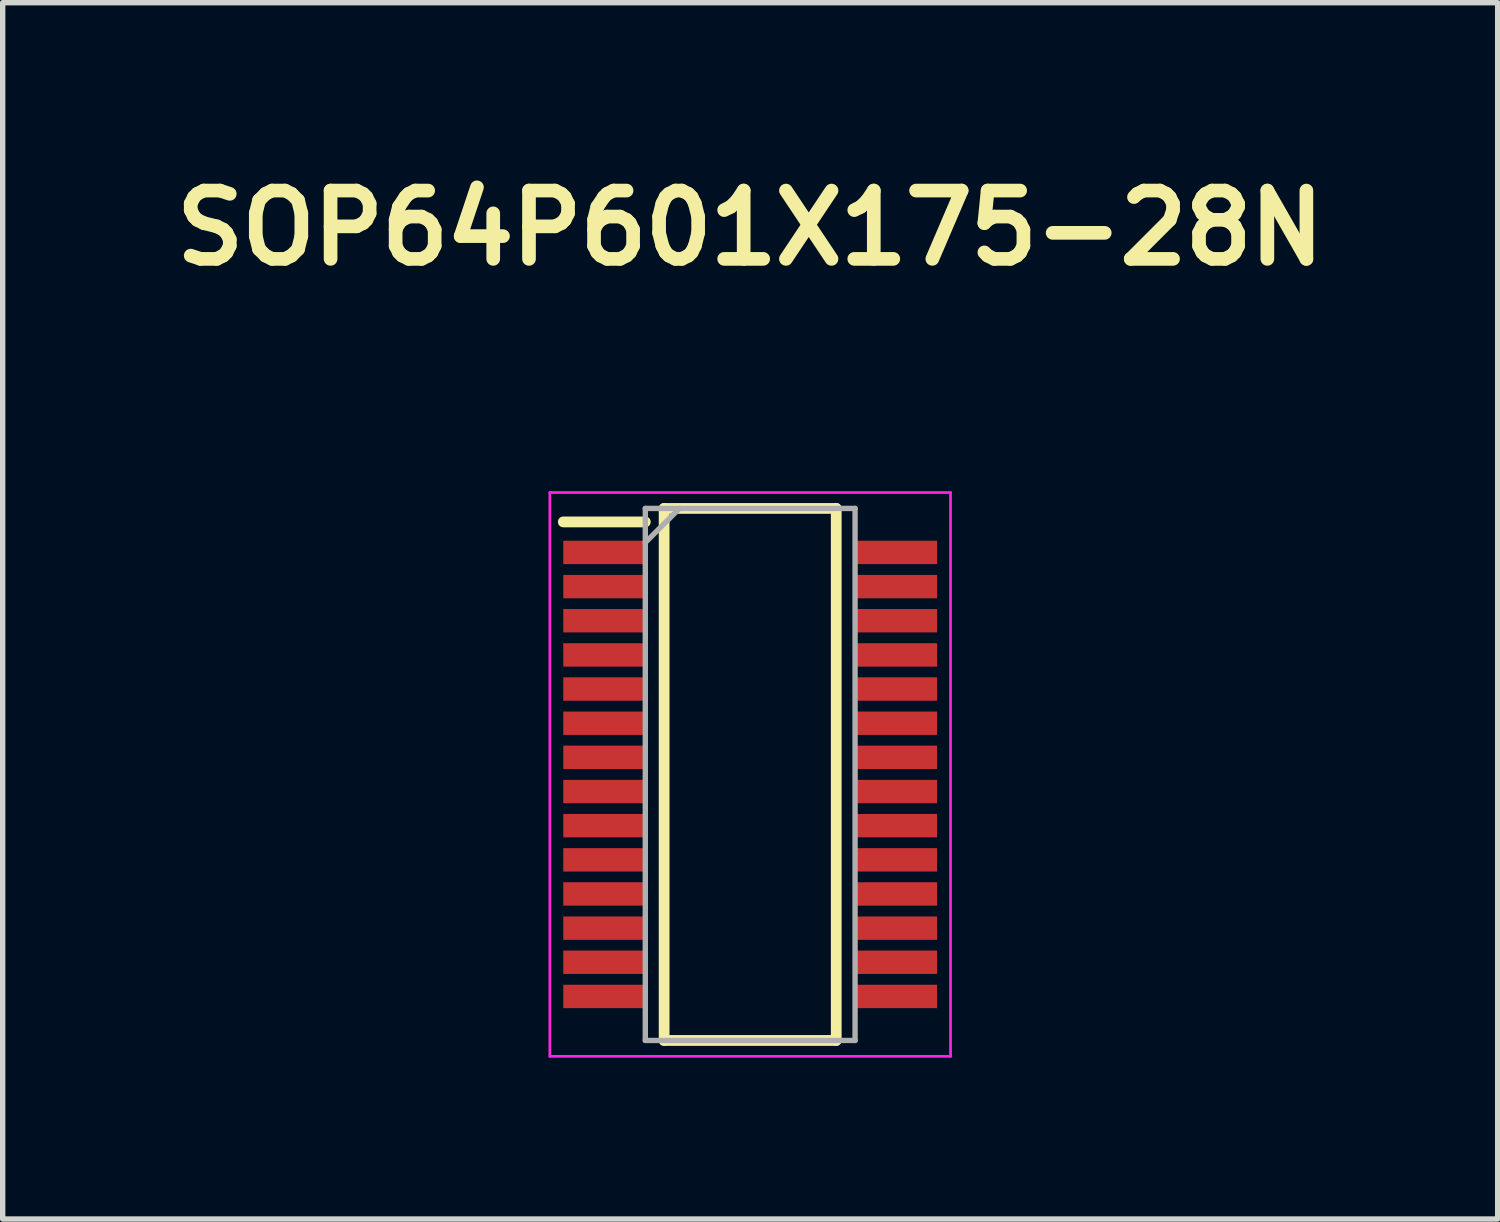
<source format=kicad_pcb>
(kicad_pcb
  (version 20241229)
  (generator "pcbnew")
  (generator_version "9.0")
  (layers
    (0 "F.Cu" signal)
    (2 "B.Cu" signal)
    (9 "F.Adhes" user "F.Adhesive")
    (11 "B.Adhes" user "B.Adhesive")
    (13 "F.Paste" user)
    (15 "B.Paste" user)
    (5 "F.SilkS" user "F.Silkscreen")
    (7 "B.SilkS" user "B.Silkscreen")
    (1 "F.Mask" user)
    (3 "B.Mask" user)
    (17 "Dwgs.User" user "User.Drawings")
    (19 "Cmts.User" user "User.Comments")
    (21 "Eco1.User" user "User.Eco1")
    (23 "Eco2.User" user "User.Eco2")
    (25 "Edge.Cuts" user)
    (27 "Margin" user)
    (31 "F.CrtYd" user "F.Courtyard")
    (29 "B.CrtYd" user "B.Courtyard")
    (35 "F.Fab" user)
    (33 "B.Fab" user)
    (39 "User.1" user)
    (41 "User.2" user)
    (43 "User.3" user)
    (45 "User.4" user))
  (footprint "SOP64P601X175-28N"
    (layer "F.Cu")
    (at 10.898 11.349)
    (property "Reference" "SOP64P601X175-28N" (at 0 -10.16 0) (layer "F.SilkS") (effects (font (size 1.27 1.27) (thickness 0.254))))
    (attr smd)
    (fp_line (start -3.475 -4.695) (end -1.95 -4.695) (stroke (width 0.2) (type solid)) (layer "F.SilkS"))
    (fp_line (start -1.6 -4.946) (end 1.6 -4.946) (stroke (width 0.2) (type solid)) (layer "F.SilkS"))
    (fp_line (start -1.6 4.946) (end -1.6 -4.946) (stroke (width 0.2) (type solid)) (layer "F.SilkS"))
    (fp_line (start 1.6 -4.946) (end 1.6 4.946) (stroke (width 0.2) (type solid)) (layer "F.SilkS"))
    (fp_line (start 1.6 4.946) (end -1.6 4.946) (stroke (width 0.2) (type solid)) (layer "F.SilkS"))
    (fp_line (start -3.725 -5.241) (end 3.725 -5.241) (stroke (width 0.05) (type solid)) (layer "F.CrtYd"))
    (fp_line (start -3.725 5.241) (end -3.725 -5.241) (stroke (width 0.05) (type solid)) (layer "F.CrtYd"))
    (fp_line (start 3.725 -5.241) (end 3.725 5.241) (stroke (width 0.05) (type solid)) (layer "F.CrtYd"))
    (fp_line (start 3.725 5.241) (end -3.725 5.241) (stroke (width 0.05) (type solid)) (layer "F.CrtYd"))
    (fp_line (start -1.95 -4.946) (end 1.95 -4.946) (stroke (width 0.1) (type solid)) (layer "F.Fab"))
    (fp_line (start -1.95 -4.312) (end -1.314 -4.946) (stroke (width 0.1) (type solid)) (layer "F.Fab"))
    (fp_line (start -1.95 4.946) (end -1.95 -4.946) (stroke (width 0.1) (type solid)) (layer "F.Fab"))
    (fp_line (start 1.95 -4.946) (end 1.95 4.946) (stroke (width 0.1) (type solid)) (layer "F.Fab"))
    (fp_line (start 1.95 4.946) (end -1.95 4.946) (stroke (width 0.1) (type solid)) (layer "F.Fab"))
    (pad "1" smd rect (at -2.712 -4.128 90) (size 0.435 1.526) (layers "F.Cu" "F.Mask" "F.Paste"))
    (pad "2" smd rect (at -2.712 -3.492 90) (size 0.435 1.526) (layers "F.Cu" "F.Mask" "F.Paste"))
    (pad "3" smd rect (at -2.712 -2.858 90) (size 0.435 1.526) (layers "F.Cu" "F.Mask" "F.Paste"))
    (pad "4" smd rect (at -2.712 -2.222 90) (size 0.435 1.526) (layers "F.Cu" "F.Mask" "F.Paste"))
    (pad "5" smd rect (at -2.712 -1.588 90) (size 0.435 1.526) (layers "F.Cu" "F.Mask" "F.Paste"))
    (pad "6" smd rect (at -2.712 -0.952 90) (size 0.435 1.526) (layers "F.Cu" "F.Mask" "F.Paste"))
    (pad "7" smd rect (at -2.712 -0.318 90) (size 0.435 1.526) (layers "F.Cu" "F.Mask" "F.Paste"))
    (pad "8" smd rect (at -2.712 0.318 90) (size 0.435 1.526) (layers "F.Cu" "F.Mask" "F.Paste"))
    (pad "9" smd rect (at -2.712 0.952 90) (size 0.435 1.526) (layers "F.Cu" "F.Mask" "F.Paste"))
    (pad "10" smd rect (at -2.712 1.588 90) (size 0.435 1.526) (layers "F.Cu" "F.Mask" "F.Paste"))
    (pad "11" smd rect (at -2.712 2.222 90) (size 0.435 1.526) (layers "F.Cu" "F.Mask" "F.Paste"))
    (pad "12" smd rect (at -2.712 2.858 90) (size 0.435 1.526) (layers "F.Cu" "F.Mask" "F.Paste"))
    (pad "13" smd rect (at -2.712 3.492 90) (size 0.435 1.526) (layers "F.Cu" "F.Mask" "F.Paste"))
    (pad "14" smd rect (at -2.712 4.128 90) (size 0.435 1.526) (layers "F.Cu" "F.Mask" "F.Paste"))
    (pad "15" smd rect (at 2.712 4.128 90) (size 0.435 1.526) (layers "F.Cu" "F.Mask" "F.Paste"))
    (pad "16" smd rect (at 2.712 3.492 90) (size 0.435 1.526) (layers "F.Cu" "F.Mask" "F.Paste"))
    (pad "17" smd rect (at 2.712 2.858 90) (size 0.435 1.526) (layers "F.Cu" "F.Mask" "F.Paste"))
    (pad "18" smd rect (at 2.712 2.222 90) (size 0.435 1.526) (layers "F.Cu" "F.Mask" "F.Paste"))
    (pad "19" smd rect (at 2.712 1.588 90) (size 0.435 1.526) (layers "F.Cu" "F.Mask" "F.Paste"))
    (pad "20" smd rect (at 2.712 0.952 90) (size 0.435 1.526) (layers "F.Cu" "F.Mask" "F.Paste"))
    (pad "21" smd rect (at 2.712 0.318 90) (size 0.435 1.526) (layers "F.Cu" "F.Mask" "F.Paste"))
    (pad "22" smd rect (at 2.712 -0.318 90) (size 0.435 1.526) (layers "F.Cu" "F.Mask" "F.Paste"))
    (pad "23" smd rect (at 2.712 -0.952 90) (size 0.435 1.526) (layers "F.Cu" "F.Mask" "F.Paste"))
    (pad "24" smd rect (at 2.712 -1.588 90) (size 0.435 1.526) (layers "F.Cu" "F.Mask" "F.Paste"))
    (pad "25" smd rect (at 2.712 -2.222 90) (size 0.435 1.526) (layers "F.Cu" "F.Mask" "F.Paste"))
    (pad "26" smd rect (at 2.712 -2.858 90) (size 0.435 1.526) (layers "F.Cu" "F.Mask" "F.Paste"))
    (pad "27" smd rect (at 2.712 -3.492 90) (size 0.435 1.526) (layers "F.Cu" "F.Mask" "F.Paste"))
    (pad "28" smd rect (at 2.712 -4.128 90) (size 0.435 1.526) (layers "F.Cu" "F.Mask" "F.Paste")))
  (gr_rect
    (start -3 -3)
    (end 24.796 19.615)
    (stroke (width 0.1) (type default))
    (fill no)
    (layer "Edge.Cuts")))
</source>
